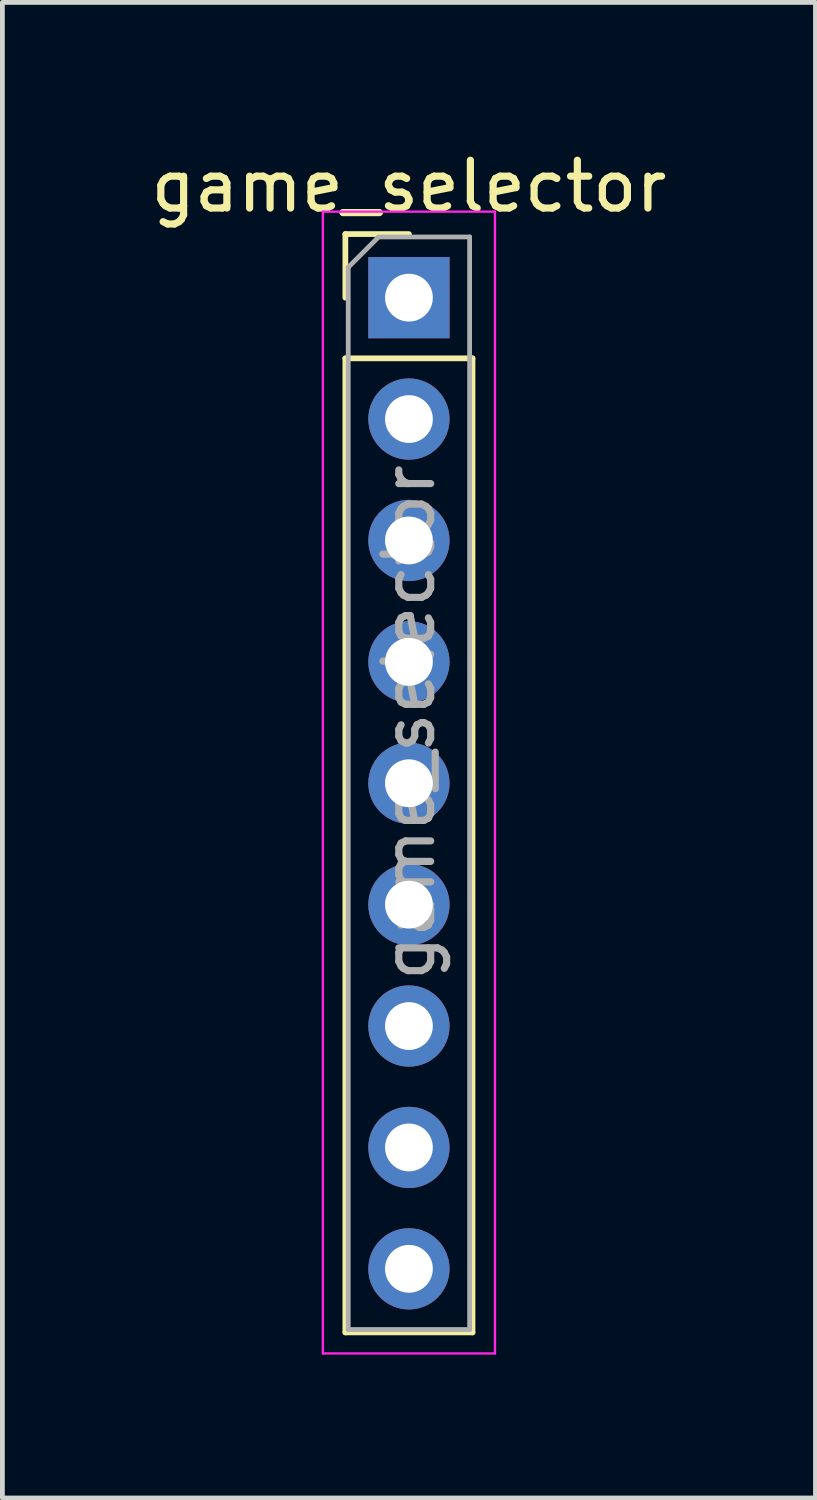
<source format=kicad_pcb>
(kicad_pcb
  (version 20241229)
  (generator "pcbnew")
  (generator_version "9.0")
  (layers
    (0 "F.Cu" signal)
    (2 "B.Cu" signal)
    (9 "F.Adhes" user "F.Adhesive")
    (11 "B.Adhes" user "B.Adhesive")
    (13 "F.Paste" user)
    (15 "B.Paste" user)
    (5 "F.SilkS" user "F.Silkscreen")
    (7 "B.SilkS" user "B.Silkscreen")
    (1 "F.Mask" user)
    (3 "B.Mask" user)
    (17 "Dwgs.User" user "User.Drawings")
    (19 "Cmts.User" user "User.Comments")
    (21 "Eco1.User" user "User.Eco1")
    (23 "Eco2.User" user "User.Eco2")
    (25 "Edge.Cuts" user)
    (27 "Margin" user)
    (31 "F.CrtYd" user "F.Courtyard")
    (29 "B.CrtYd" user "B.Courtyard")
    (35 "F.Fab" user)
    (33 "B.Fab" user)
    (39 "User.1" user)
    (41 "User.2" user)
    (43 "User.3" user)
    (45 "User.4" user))
  (footprint "game_selector"
    (layer "F.Cu")
    (at 5.506 3.178)
    (property "Reference" "game_selector" (at 0 -2.33 0) (layer "F.SilkS") (effects (font (size 1 1) (thickness 0.15))))
    (attr through_hole)
    (fp_line (start -1.33 -1.33) (end 0 -1.33) (stroke (width 0.12) (type solid)) (layer "F.SilkS"))
    (fp_line (start -1.33 0) (end -1.33 -1.33) (stroke (width 0.12) (type solid)) (layer "F.SilkS"))
    (fp_line (start -1.33 1.27) (end -1.33 21.65) (stroke (width 0.12) (type solid)) (layer "F.SilkS"))
    (fp_line (start -1.33 1.27) (end 1.33 1.27) (stroke (width 0.12) (type solid)) (layer "F.SilkS"))
    (fp_line (start -1.33 21.65) (end 1.33 21.65) (stroke (width 0.12) (type solid)) (layer "F.SilkS"))
    (fp_line (start 1.33 1.27) (end 1.33 21.65) (stroke (width 0.12) (type solid)) (layer "F.SilkS"))
    (fp_line (start -1.8 -1.8) (end -1.8 22.09) (stroke (width 0.05) (type solid)) (layer "F.CrtYd"))
    (fp_line (start -1.8 22.09) (end 1.8 22.09) (stroke (width 0.05) (type solid)) (layer "F.CrtYd"))
    (fp_line (start 1.8 -1.8) (end -1.8 -1.8) (stroke (width 0.05) (type solid)) (layer "F.CrtYd"))
    (fp_line (start 1.8 22.09) (end 1.8 -1.8) (stroke (width 0.05) (type solid)) (layer "F.CrtYd"))
    (fp_line (start -1.27 -0.635) (end -0.635 -1.27) (stroke (width 0.1) (type solid)) (layer "F.Fab"))
    (fp_line (start -1.27 21.59) (end -1.27 -0.635) (stroke (width 0.1) (type solid)) (layer "F.Fab"))
    (fp_line (start -0.635 -1.27) (end 1.27 -1.27) (stroke (width 0.1) (type solid)) (layer "F.Fab"))
    (fp_line (start 1.27 -1.27) (end 1.27 21.59) (stroke (width 0.1) (type solid)) (layer "F.Fab"))
    (fp_line (start 1.27 21.59) (end -1.27 21.59) (stroke (width 0.1) (type solid)) (layer "F.Fab"))
    (fp_text user "${REFERENCE}" (at 0 8.89 90) (layer "F.Fab") (effects (font (size 1 1) (thickness 0.15))))
    (pad "1" thru_hole rect (at 0 0) (size 1.7 1.7) (drill 1) (layers "*.Cu" "*.Mask"))
    (pad "2" thru_hole oval (at 0 2.54) (size 1.7 1.7) (drill 1) (layers "*.Cu" "*.Mask"))
    (pad "3" thru_hole oval (at 0 5.08) (size 1.7 1.7) (drill 1) (layers "*.Cu" "*.Mask"))
    (pad "4" thru_hole oval (at 0 7.62) (size 1.7 1.7) (drill 1) (layers "*.Cu" "*.Mask"))
    (pad "5" thru_hole oval (at 0 10.16) (size 1.7 1.7) (drill 1) (layers "*.Cu" "*.Mask"))
    (pad "6" thru_hole oval (at 0 12.7) (size 1.7 1.7) (drill 1) (layers "*.Cu" "*.Mask"))
    (pad "7" thru_hole oval (at 0 15.24) (size 1.7 1.7) (drill 1) (layers "*.Cu" "*.Mask"))
    (pad "8" thru_hole oval (at 0 17.78) (size 1.7 1.7) (drill 1) (layers "*.Cu" "*.Mask"))
    (pad "MP" thru_hole oval (at 0 20.32) (size 1.7 1.7) (drill 1) (layers "*.Cu" "*.Mask")))
  (gr_rect
    (start -3 -3)
    (end 14.012 28.293)
    (stroke (width 0.1) (type default))
    (fill no)
    (layer "Edge.Cuts")))
</source>
